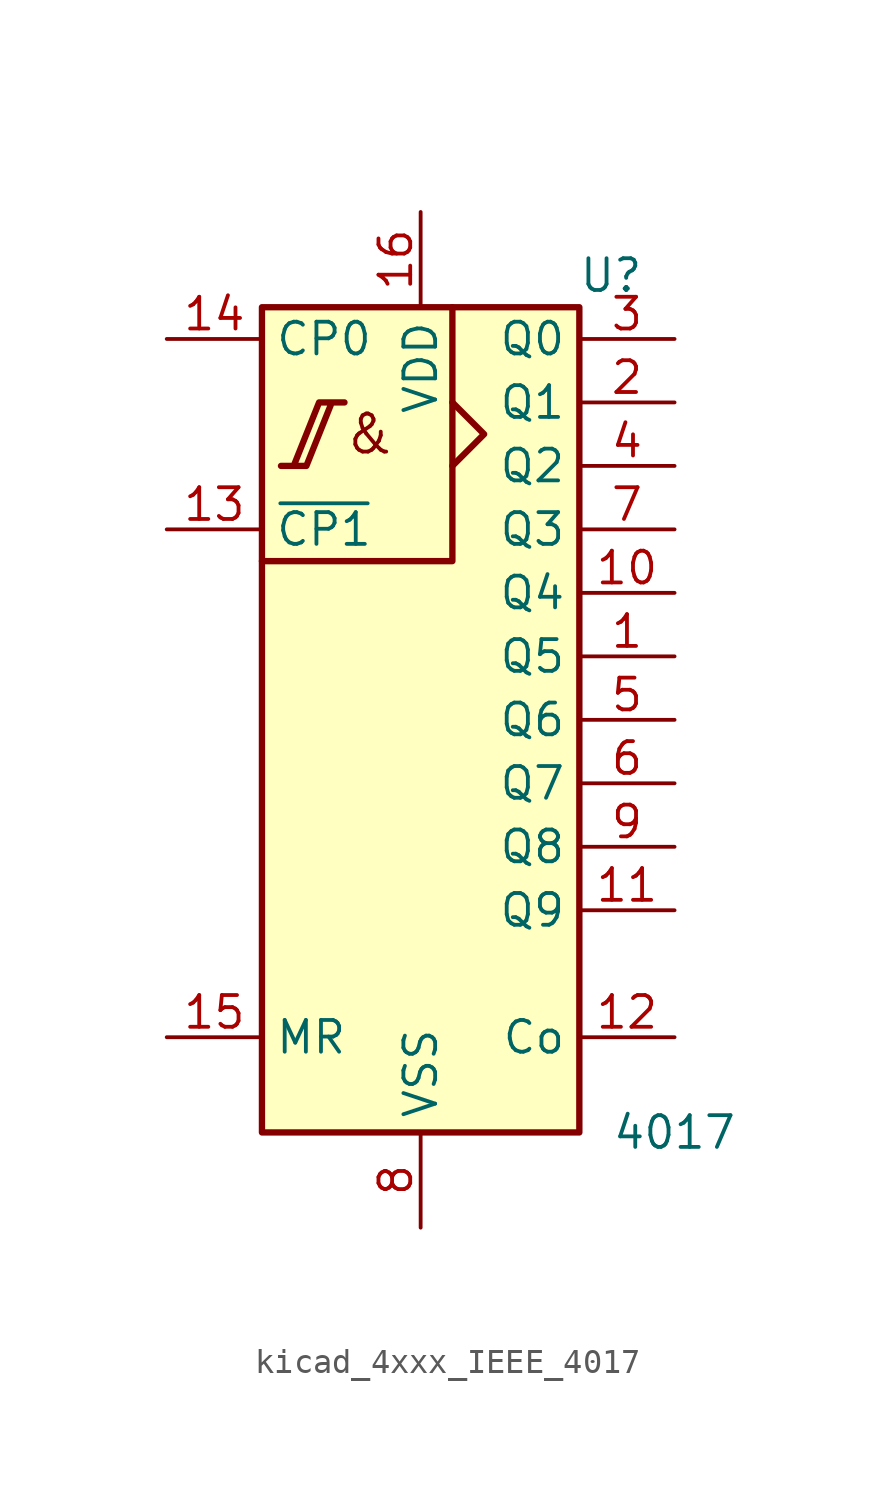
<source format=kicad_sym>
(kicad_symbol_lib
  (version 20220914)
  (generator kicad_symbol_editor)
  (symbol "kicad_4xxx_IEEE_4017"
    (property "Reference" "U"
      (at 7.62 17.78 0)
      (effects (font (size 1.27 1.27))))
    (property "Value" "4017"
      (at 10.16 -16.51 0)
      (effects (font (size 1.27 1.27))))
    (symbol "kicad_4xxx_IEEE_4017_0_0"
      (polyline (pts (xy -5.588 10.16) (xy -4.572 10.16) (xy -3.556 12.7) (xy -3.048 12.7) (xy -4.064 12.7) (xy -5.08 10.16) (xy -5.08 10.16)) (stroke (width 0.254) (type default)) (fill (type background)))
      (text "&" (at -2.032 11.43 0) (effects (font (size 1.524 1.524))))
      (pin power_in line (at 0 20.32 270) (length 3.81) (name "VDD" (effects (font (size 1.27 1.27)))) (number "16" (effects (font (size 1.27 1.27)))))
      (pin power_in line (at 0 -20.32 90) (length 3.81) (name "VSS" (effects (font (size 1.27 1.27)))) (number "8" (effects (font (size 1.27 1.27))))))
    (symbol "kicad_4xxx_IEEE_4017_0_1"
      (rectangle (start -6.35 16.51) (end 6.35 -16.51) (stroke (width 0.254) (type default)) (fill (type background)))
      (polyline (pts (xy 1.27 12.7) (xy 2.54 11.43) (xy 1.27 10.16) (xy 1.27 10.16)) (stroke (width 0.254) (type default)) (fill (type background)))
      (polyline (pts (xy 1.27 16.51) (xy 1.27 6.35) (xy -6.35 6.35) (xy -6.35 6.35)) (stroke (width 0.254) (type default)) (fill (type background))))
    (symbol "kicad_4xxx_IEEE_4017_1_1"
      (pin output line (at 10.16 2.54 180) (length 3.81) (name "Q5" (effects (font (size 1.27 1.27)))) (number "1" (effects (font (size 1.27 1.27)))))
      (pin output line (at 10.16 5.08 180) (length 3.81) (name "Q4" (effects (font (size 1.27 1.27)))) (number "10" (effects (font (size 1.27 1.27)))))
      (pin output line (at 10.16 -7.62 180) (length 3.81) (name "Q9" (effects (font (size 1.27 1.27)))) (number "11" (effects (font (size 1.27 1.27)))))
      (pin output line (at 10.16 -12.7 180) (length 3.81) (name "Co" (effects (font (size 1.27 1.27)))) (number "12" (effects (font (size 1.27 1.27)))))
      (pin input line (at -10.16 7.62 0) (length 3.81) (name "~{CP1}" (effects (font (size 1.27 1.27)))) (number "13" (effects (font (size 1.27 1.27)))))
      (pin input line (at -10.16 15.24 0) (length 3.81) (name "CP0" (effects (font (size 1.27 1.27)))) (number "14" (effects (font (size 1.27 1.27)))))
      (pin input line (at -10.16 -12.7 0) (length 3.81) (name "MR" (effects (font (size 1.27 1.27)))) (number "15" (effects (font (size 1.27 1.27)))))
      (pin output line (at 10.16 12.7 180) (length 3.81) (name "Q1" (effects (font (size 1.27 1.27)))) (number "2" (effects (font (size 1.27 1.27)))))
      (pin output line (at 10.16 15.24 180) (length 3.81) (name "Q0" (effects (font (size 1.27 1.27)))) (number "3" (effects (font (size 1.27 1.27)))))
      (pin output line (at 10.16 10.16 180) (length 3.81) (name "Q2" (effects (font (size 1.27 1.27)))) (number "4" (effects (font (size 1.27 1.27)))))
      (pin output line (at 10.16 0 180) (length 3.81) (name "Q6" (effects (font (size 1.27 1.27)))) (number "5" (effects (font (size 1.27 1.27)))))
      (pin output line (at 10.16 -2.54 180) (length 3.81) (name "Q7" (effects (font (size 1.27 1.27)))) (number "6" (effects (font (size 1.27 1.27)))))
      (pin output line (at 10.16 7.62 180) (length 3.81) (name "Q3" (effects (font (size 1.27 1.27)))) (number "7" (effects (font (size 1.27 1.27)))))
      (pin output line (at 10.16 -5.08 180) (length 3.81) (name "Q8" (effects (font (size 1.27 1.27)))) (number "9" (effects (font (size 1.27 1.27))))))))
</source>
